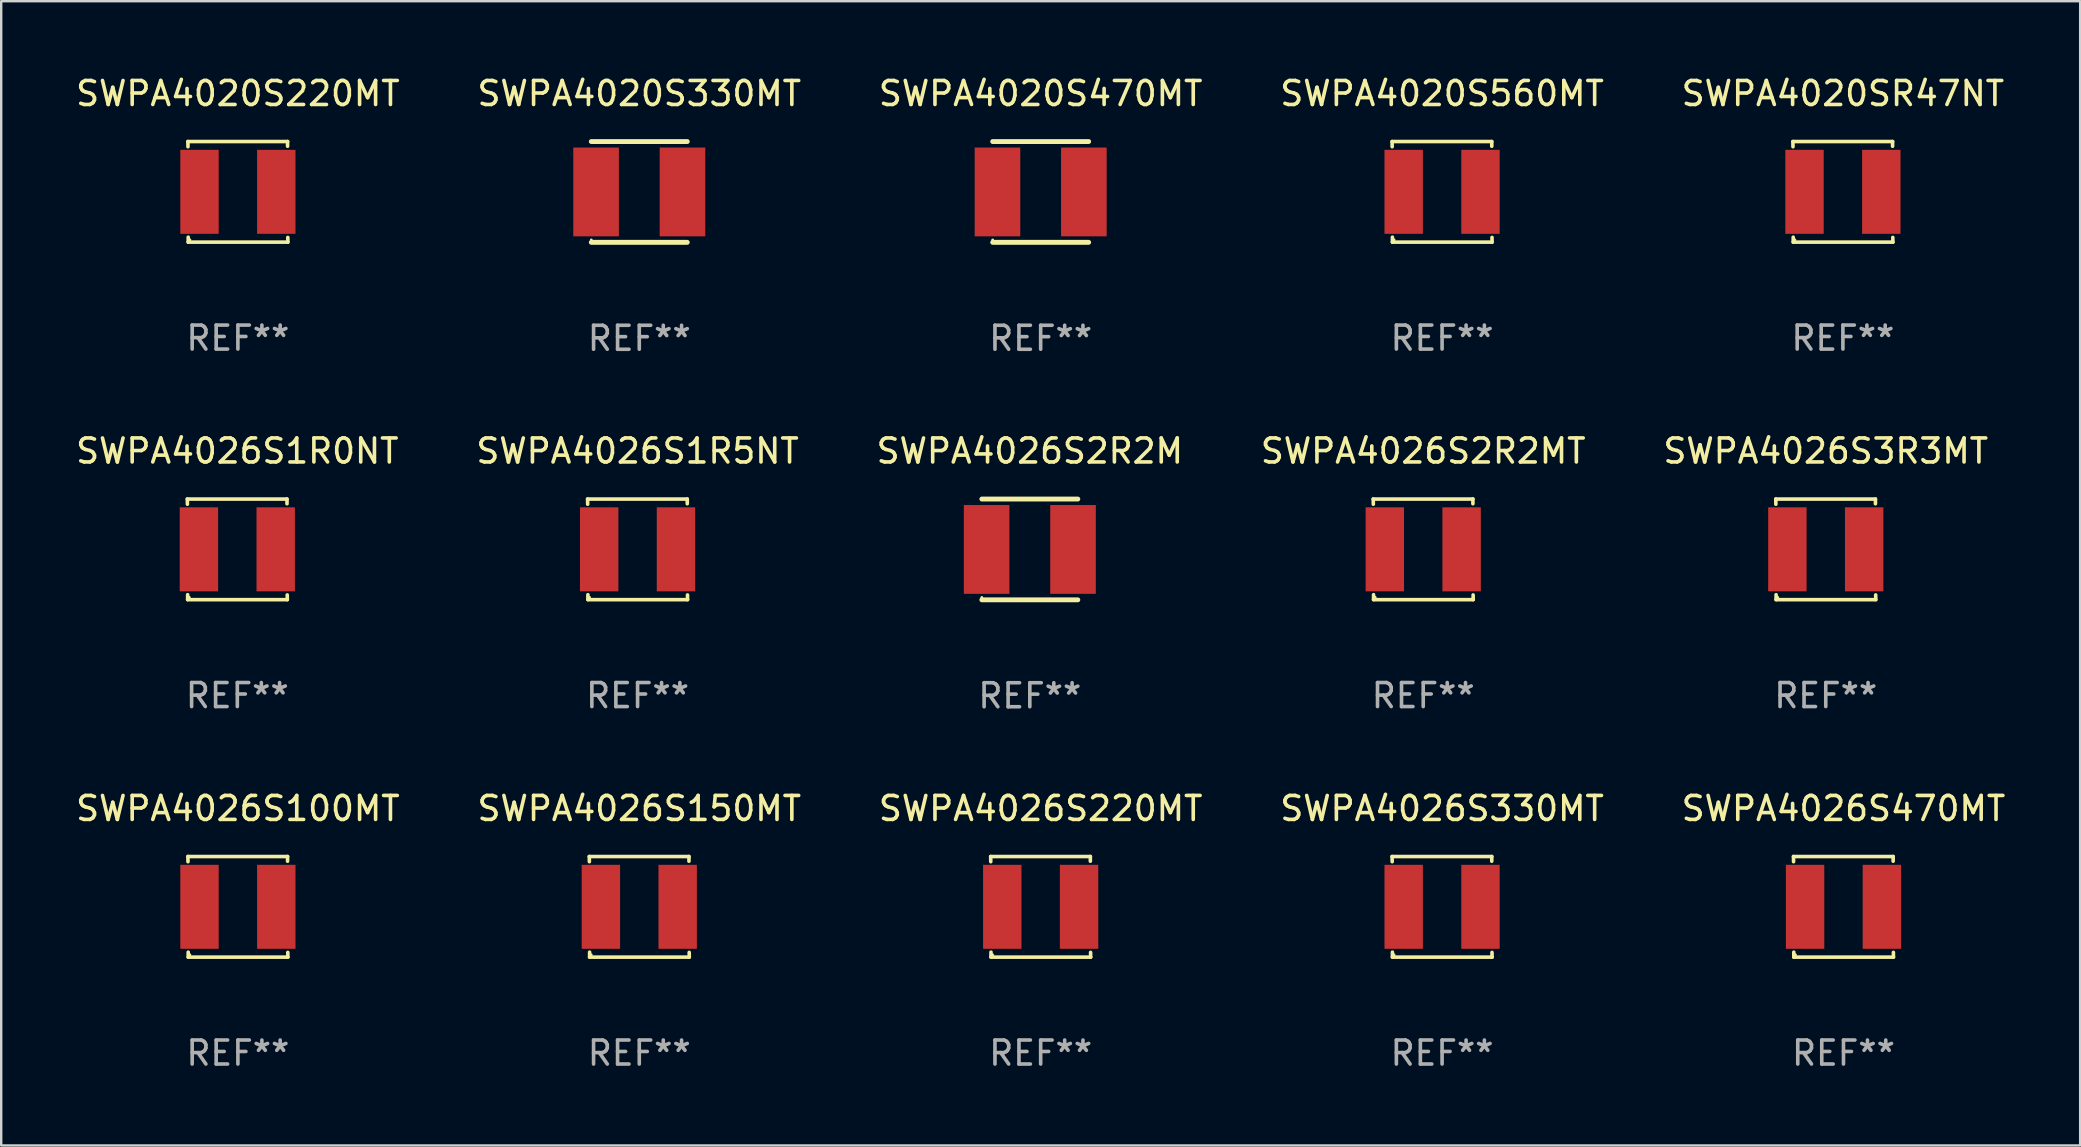
<source format=kicad_pcb>
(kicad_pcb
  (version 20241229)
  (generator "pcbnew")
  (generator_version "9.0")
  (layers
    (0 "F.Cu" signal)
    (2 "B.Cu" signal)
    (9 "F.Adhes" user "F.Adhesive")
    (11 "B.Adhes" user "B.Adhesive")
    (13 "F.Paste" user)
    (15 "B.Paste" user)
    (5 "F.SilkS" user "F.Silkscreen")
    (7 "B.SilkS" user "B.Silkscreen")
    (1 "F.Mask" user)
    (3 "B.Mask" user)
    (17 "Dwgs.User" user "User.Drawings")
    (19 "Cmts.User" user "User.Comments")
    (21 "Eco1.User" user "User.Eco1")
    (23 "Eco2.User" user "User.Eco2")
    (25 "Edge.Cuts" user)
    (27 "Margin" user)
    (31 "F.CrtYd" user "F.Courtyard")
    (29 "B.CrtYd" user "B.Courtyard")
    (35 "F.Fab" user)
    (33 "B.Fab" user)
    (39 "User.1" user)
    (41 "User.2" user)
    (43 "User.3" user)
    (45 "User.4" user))
  (footprint "SWPA4026S150MT"
    (layer "F.Cu")
    (at 23.589 34.737)
    (property "Reference" "SWPA4026S150MT" (at 0 -4.096 0) (layer "F.SilkS") (effects (font (size 1 1) (thickness 0.15))))
    (attr through_hole)
    (fp_line (start -2.083 -2.096) (end -2.08 -1.88) (stroke (width 0.15) (type solid)) (layer "F.SilkS"))
    (fp_line (start -2.07 1.89) (end -2.07 2.096) (stroke (width 0.15) (type solid)) (layer "F.SilkS"))
    (fp_line (start -2.07 2.096) (end 2.083 2.096) (stroke (width 0.15) (type solid)) (layer "F.SilkS"))
    (fp_line (start 2.07 -1.9) (end 2.07 -2.096) (stroke (width 0.15) (type solid)) (layer "F.SilkS"))
    (fp_line (start 2.07 -2.096) (end -2.083 -2.096) (stroke (width 0.15) (type solid)) (layer "F.SilkS"))
    (fp_line (start 2.083 2.096) (end 2.08 1.9) (stroke (width 0.15) (type solid)) (layer "F.SilkS"))
    (fp_circle (center -2 2) (end -1.97 2) (stroke (width 0.06) (type solid)) (fill no) (layer "F.SilkS"))
    (fp_text user "REF**" (at 0 6.096 0) (layer "F.Fab") (effects (font (size 1 1) (thickness 0.15))))
    (pad "1" smd rect (at -1.6 -0.000343) (size 1.6 3.5) (layers "F.Cu" "F.Mask" "F.Paste"))
    (pad "2" smd rect (at 1.6 -0.000343) (size 1.6 3.5) (layers "F.Cu" "F.Mask" "F.Paste")))
  (footprint "SWPA4026S330MT"
    (layer "F.Cu")
    (at 57.042 34.737)
    (property "Reference" "SWPA4026S330MT" (at 0 -4.096 0) (layer "F.SilkS") (effects (font (size 1 1) (thickness 0.15))))
    (attr through_hole)
    (fp_line (start -2.083 -2.096) (end -2.08 -1.88) (stroke (width 0.15) (type solid)) (layer "F.SilkS"))
    (fp_line (start -2.07 1.89) (end -2.07 2.096) (stroke (width 0.15) (type solid)) (layer "F.SilkS"))
    (fp_line (start -2.07 2.096) (end 2.083 2.096) (stroke (width 0.15) (type solid)) (layer "F.SilkS"))
    (fp_line (start 2.07 -1.9) (end 2.07 -2.096) (stroke (width 0.15) (type solid)) (layer "F.SilkS"))
    (fp_line (start 2.07 -2.096) (end -2.083 -2.096) (stroke (width 0.15) (type solid)) (layer "F.SilkS"))
    (fp_line (start 2.083 2.096) (end 2.08 1.9) (stroke (width 0.15) (type solid)) (layer "F.SilkS"))
    (fp_circle (center -2 2) (end -1.97 2) (stroke (width 0.06) (type solid)) (fill no) (layer "F.SilkS"))
    (fp_text user "REF**" (at 0 6.096 0) (layer "F.Fab") (effects (font (size 1 1) (thickness 0.15))))
    (pad "1" smd rect (at -1.6 -0.000343) (size 1.6 3.5) (layers "F.Cu" "F.Mask" "F.Paste"))
    (pad "2" smd rect (at 1.6 -0.000343) (size 1.6 3.5) (layers "F.Cu" "F.Mask" "F.Paste")))
  (footprint "SWPA4026S3R3MT"
    (layer "F.Cu")
    (at 73.03 19.841)
    (property "Reference" "SWPA4026S3R3MT" (at 0 -4.096 0) (layer "F.SilkS") (effects (font (size 1 1) (thickness 0.15))))
    (attr through_hole)
    (fp_line (start -2.083 -2.096) (end -2.08 -1.88) (stroke (width 0.15) (type solid)) (layer "F.SilkS"))
    (fp_line (start -2.07 1.89) (end -2.07 2.096) (stroke (width 0.15) (type solid)) (layer "F.SilkS"))
    (fp_line (start -2.07 2.096) (end 2.083 2.096) (stroke (width 0.15) (type solid)) (layer "F.SilkS"))
    (fp_line (start 2.07 -1.9) (end 2.07 -2.096) (stroke (width 0.15) (type solid)) (layer "F.SilkS"))
    (fp_line (start 2.07 -2.096) (end -2.083 -2.096) (stroke (width 0.15) (type solid)) (layer "F.SilkS"))
    (fp_line (start 2.083 2.096) (end 2.08 1.9) (stroke (width 0.15) (type solid)) (layer "F.SilkS"))
    (fp_circle (center -2 2) (end -1.97 2) (stroke (width 0.06) (type solid)) (fill no) (layer "F.SilkS"))
    (fp_text user "REF**" (at 0 6.096 0) (layer "F.Fab") (effects (font (size 1 1) (thickness 0.15))))
    (pad "1" smd rect (at -1.6 -0.000343) (size 1.6 3.5) (layers "F.Cu" "F.Mask" "F.Paste"))
    (pad "2" smd rect (at 1.6 -0.000343) (size 1.6 3.5) (layers "F.Cu" "F.Mask" "F.Paste")))
  (footprint "SWPA4020S560MT"
    (layer "F.Cu")
    (at 57.042 4.944)
    (property "Reference" "SWPA4020S560MT" (at 0 -4.096 0) (layer "F.SilkS") (effects (font (size 1 1) (thickness 0.15))))
    (attr through_hole)
    (fp_line (start -2.083 -2.096) (end -2.08 -1.88) (stroke (width 0.15) (type solid)) (layer "F.SilkS"))
    (fp_line (start -2.07 1.89) (end -2.07 2.096) (stroke (width 0.15) (type solid)) (layer "F.SilkS"))
    (fp_line (start -2.07 2.096) (end 2.083 2.096) (stroke (width 0.15) (type solid)) (layer "F.SilkS"))
    (fp_line (start 2.07 -1.9) (end 2.07 -2.096) (stroke (width 0.15) (type solid)) (layer "F.SilkS"))
    (fp_line (start 2.07 -2.096) (end -2.083 -2.096) (stroke (width 0.15) (type solid)) (layer "F.SilkS"))
    (fp_line (start 2.083 2.096) (end 2.08 1.9) (stroke (width 0.15) (type solid)) (layer "F.SilkS"))
    (fp_circle (center -2 2) (end -1.97 2) (stroke (width 0.06) (type solid)) (fill no) (layer "F.SilkS"))
    (fp_text user "REF**" (at 0 6.096 0) (layer "F.Fab") (effects (font (size 1 1) (thickness 0.15))))
    (pad "1" smd rect (at -1.6 -0.000343) (size 1.6 3.5) (layers "F.Cu" "F.Mask" "F.Paste"))
    (pad "2" smd rect (at 1.6 -0.000343) (size 1.6 3.5) (layers "F.Cu" "F.Mask" "F.Paste")))
  (footprint "SWPA4026S1R5NT"
    (layer "F.Cu")
    (at 23.518 19.841)
    (property "Reference" "SWPA4026S1R5NT" (at 0 -4.096 0) (layer "F.SilkS") (effects (font (size 1 1) (thickness 0.15))))
    (attr through_hole)
    (fp_line (start -2.083 -2.096) (end -2.08 -1.88) (stroke (width 0.15) (type solid)) (layer "F.SilkS"))
    (fp_line (start -2.07 1.89) (end -2.07 2.096) (stroke (width 0.15) (type solid)) (layer "F.SilkS"))
    (fp_line (start -2.07 2.096) (end 2.083 2.096) (stroke (width 0.15) (type solid)) (layer "F.SilkS"))
    (fp_line (start 2.07 -1.9) (end 2.07 -2.096) (stroke (width 0.15) (type solid)) (layer "F.SilkS"))
    (fp_line (start 2.07 -2.096) (end -2.083 -2.096) (stroke (width 0.15) (type solid)) (layer "F.SilkS"))
    (fp_line (start 2.083 2.096) (end 2.08 1.9) (stroke (width 0.15) (type solid)) (layer "F.SilkS"))
    (fp_circle (center -2 2) (end -1.97 2) (stroke (width 0.06) (type solid)) (fill no) (layer "F.SilkS"))
    (fp_text user "REF**" (at 0 6.096 0) (layer "F.Fab") (effects (font (size 1 1) (thickness 0.15))))
    (pad "1" smd rect (at -1.6 -0.000343) (size 1.6 3.5) (layers "F.Cu" "F.Mask" "F.Paste"))
    (pad "2" smd rect (at 1.6 -0.000343) (size 1.6 3.5) (layers "F.Cu" "F.Mask" "F.Paste")))
  (footprint "SWPA4026S220MT"
    (layer "F.Cu")
    (at 40.315 34.737)
    (property "Reference" "SWPA4026S220MT" (at 0 -4.096 0) (layer "F.SilkS") (effects (font (size 1 1) (thickness 0.15))))
    (attr through_hole)
    (fp_line (start -2.083 -2.096) (end -2.08 -1.88) (stroke (width 0.15) (type solid)) (layer "F.SilkS"))
    (fp_line (start -2.07 1.89) (end -2.07 2.096) (stroke (width 0.15) (type solid)) (layer "F.SilkS"))
    (fp_line (start -2.07 2.096) (end 2.083 2.096) (stroke (width 0.15) (type solid)) (layer "F.SilkS"))
    (fp_line (start 2.07 -1.9) (end 2.07 -2.096) (stroke (width 0.15) (type solid)) (layer "F.SilkS"))
    (fp_line (start 2.07 -2.096) (end -2.083 -2.096) (stroke (width 0.15) (type solid)) (layer "F.SilkS"))
    (fp_line (start 2.083 2.096) (end 2.08 1.9) (stroke (width 0.15) (type solid)) (layer "F.SilkS"))
    (fp_circle (center -2 2) (end -1.97 2) (stroke (width 0.06) (type solid)) (fill no) (layer "F.SilkS"))
    (fp_text user "REF**" (at 0 6.096 0) (layer "F.Fab") (effects (font (size 1 1) (thickness 0.15))))
    (pad "1" smd rect (at -1.6 -0.000343) (size 1.6 3.5) (layers "F.Cu" "F.Mask" "F.Paste"))
    (pad "2" smd rect (at 1.6 -0.000343) (size 1.6 3.5) (layers "F.Cu" "F.Mask" "F.Paste")))
  (footprint "SWPA4020S220MT"
    (layer "F.Cu")
    (at 6.863 4.944)
    (property "Reference" "SWPA4020S220MT" (at 0 -4.096 0) (layer "F.SilkS") (effects (font (size 1 1) (thickness 0.15))))
    (attr through_hole)
    (fp_line (start -2.083 -2.096) (end -2.08 -1.88) (stroke (width 0.15) (type solid)) (layer "F.SilkS"))
    (fp_line (start -2.07 1.89) (end -2.07 2.096) (stroke (width 0.15) (type solid)) (layer "F.SilkS"))
    (fp_line (start -2.07 2.096) (end 2.083 2.096) (stroke (width 0.15) (type solid)) (layer "F.SilkS"))
    (fp_line (start 2.07 -1.9) (end 2.07 -2.096) (stroke (width 0.15) (type solid)) (layer "F.SilkS"))
    (fp_line (start 2.07 -2.096) (end -2.083 -2.096) (stroke (width 0.15) (type solid)) (layer "F.SilkS"))
    (fp_line (start 2.083 2.096) (end 2.08 1.9) (stroke (width 0.15) (type solid)) (layer "F.SilkS"))
    (fp_circle (center -2 2) (end -1.97 2) (stroke (width 0.06) (type solid)) (fill no) (layer "F.SilkS"))
    (fp_text user "REF**" (at 0 6.096 0) (layer "F.Fab") (effects (font (size 1 1) (thickness 0.15))))
    (pad "1" smd rect (at -1.6 -0.000343) (size 1.6 3.5) (layers "F.Cu" "F.Mask" "F.Paste"))
    (pad "2" smd rect (at 1.6 -0.000343) (size 1.6 3.5) (layers "F.Cu" "F.Mask" "F.Paste")))
  (footprint "SWPA4026S1R0NT"
    (layer "F.Cu")
    (at 6.839 19.841)
    (property "Reference" "SWPA4026S1R0NT" (at 0 -4.096 0) (layer "F.SilkS") (effects (font (size 1 1) (thickness 0.15))))
    (attr through_hole)
    (fp_line (start -2.083 -2.096) (end -2.08 -1.88) (stroke (width 0.15) (type solid)) (layer "F.SilkS"))
    (fp_line (start -2.07 1.89) (end -2.07 2.096) (stroke (width 0.15) (type solid)) (layer "F.SilkS"))
    (fp_line (start -2.07 2.096) (end 2.083 2.096) (stroke (width 0.15) (type solid)) (layer "F.SilkS"))
    (fp_line (start 2.07 -1.9) (end 2.07 -2.096) (stroke (width 0.15) (type solid)) (layer "F.SilkS"))
    (fp_line (start 2.07 -2.096) (end -2.083 -2.096) (stroke (width 0.15) (type solid)) (layer "F.SilkS"))
    (fp_line (start 2.083 2.096) (end 2.08 1.9) (stroke (width 0.15) (type solid)) (layer "F.SilkS"))
    (fp_circle (center -2 2) (end -1.97 2) (stroke (width 0.06) (type solid)) (fill no) (layer "F.SilkS"))
    (fp_text user "REF**" (at 0 6.096 0) (layer "F.Fab") (effects (font (size 1 1) (thickness 0.15))))
    (pad "1" smd rect (at -1.6 -0.000343) (size 1.6 3.5) (layers "F.Cu" "F.Mask" "F.Paste"))
    (pad "2" smd rect (at 1.6 -0.000343) (size 1.6 3.5) (layers "F.Cu" "F.Mask" "F.Paste")))
  (footprint "SWPA4026S2R2M"
    (layer "F.Cu")
    (at 39.863 19.845)
    (property "Reference" "SWPA4026S2R2M" (at 0 -4.1 0) (layer "F.SilkS") (effects (font (size 1 1) (thickness 0.15))))
    (attr through_hole)
    (fp_line (start -2 -2.1) (end 2 -2.1) (stroke (width 0.203) (type solid)) (layer "F.SilkS"))
    (fp_line (start -2 2.1) (end 2 2.1) (stroke (width 0.203) (type solid)) (layer "F.SilkS"))
    (fp_circle (center -2 2) (end -1.97 2) (stroke (width 0.06) (type solid)) (fill no) (layer "F.SilkS"))
    (fp_text user "REF**" (at 0 6.1 0) (layer "F.Fab") (effects (font (size 1 1) (thickness 0.15))))
    (pad "1" smd rect (at -1.8 0 90) (size 3.7 1.9) (layers "F.Cu" "F.Mask" "F.Paste"))
    (pad "2" smd rect (at 1.8 0 90) (size 3.7 1.9) (layers "F.Cu" "F.Mask" "F.Paste")))
  (footprint "SWPA4026S100MT"
    (layer "F.Cu")
    (at 6.863 34.737)
    (property "Reference" "SWPA4026S100MT" (at 0 -4.096 0) (layer "F.SilkS") (effects (font (size 1 1) (thickness 0.15))))
    (attr through_hole)
    (fp_line (start -2.083 -2.096) (end -2.08 -1.88) (stroke (width 0.15) (type solid)) (layer "F.SilkS"))
    (fp_line (start -2.07 1.89) (end -2.07 2.096) (stroke (width 0.15) (type solid)) (layer "F.SilkS"))
    (fp_line (start -2.07 2.096) (end 2.083 2.096) (stroke (width 0.15) (type solid)) (layer "F.SilkS"))
    (fp_line (start 2.07 -1.9) (end 2.07 -2.096) (stroke (width 0.15) (type solid)) (layer "F.SilkS"))
    (fp_line (start 2.07 -2.096) (end -2.083 -2.096) (stroke (width 0.15) (type solid)) (layer "F.SilkS"))
    (fp_line (start 2.083 2.096) (end 2.08 1.9) (stroke (width 0.15) (type solid)) (layer "F.SilkS"))
    (fp_circle (center -2 2) (end -1.97 2) (stroke (width 0.06) (type solid)) (fill no) (layer "F.SilkS"))
    (fp_text user "REF**" (at 0 6.096 0) (layer "F.Fab") (effects (font (size 1 1) (thickness 0.15))))
    (pad "1" smd rect (at -1.6 -0.000343) (size 1.6 3.5) (layers "F.Cu" "F.Mask" "F.Paste"))
    (pad "2" smd rect (at 1.6 -0.000343) (size 1.6 3.5) (layers "F.Cu" "F.Mask" "F.Paste")))
  (footprint "SWPA4026S2R2MT"
    (layer "F.Cu")
    (at 56.256 19.841)
    (property "Reference" "SWPA4026S2R2MT" (at 0 -4.096 0) (layer "F.SilkS") (effects (font (size 1 1) (thickness 0.15))))
    (attr through_hole)
    (fp_line (start -2.083 -2.096) (end -2.08 -1.88) (stroke (width 0.15) (type solid)) (layer "F.SilkS"))
    (fp_line (start -2.07 1.89) (end -2.07 2.096) (stroke (width 0.15) (type solid)) (layer "F.SilkS"))
    (fp_line (start -2.07 2.096) (end 2.083 2.096) (stroke (width 0.15) (type solid)) (layer "F.SilkS"))
    (fp_line (start 2.07 -1.9) (end 2.07 -2.096) (stroke (width 0.15) (type solid)) (layer "F.SilkS"))
    (fp_line (start 2.07 -2.096) (end -2.083 -2.096) (stroke (width 0.15) (type solid)) (layer "F.SilkS"))
    (fp_line (start 2.083 2.096) (end 2.08 1.9) (stroke (width 0.15) (type solid)) (layer "F.SilkS"))
    (fp_circle (center -2 2) (end -1.97 2) (stroke (width 0.06) (type solid)) (fill no) (layer "F.SilkS"))
    (fp_text user "REF**" (at 0 6.096 0) (layer "F.Fab") (effects (font (size 1 1) (thickness 0.15))))
    (pad "1" smd rect (at -1.6 -0.000343) (size 1.6 3.5) (layers "F.Cu" "F.Mask" "F.Paste"))
    (pad "2" smd rect (at 1.6 -0.000343) (size 1.6 3.5) (layers "F.Cu" "F.Mask" "F.Paste")))
  (footprint "SWPA4020S470MT"
    (layer "F.Cu")
    (at 40.315 4.948)
    (property "Reference" "SWPA4020S470MT" (at 0 -4.1 0) (layer "F.SilkS") (effects (font (size 1 1) (thickness 0.15))))
    (attr through_hole)
    (fp_line (start -2 -2.1) (end 2 -2.1) (stroke (width 0.203) (type solid)) (layer "F.SilkS"))
    (fp_line (start -2 2.1) (end 2 2.1) (stroke (width 0.203) (type solid)) (layer "F.SilkS"))
    (fp_circle (center -2 2) (end -1.97 2) (stroke (width 0.06) (type solid)) (fill no) (layer "F.SilkS"))
    (fp_text user "REF**" (at 0 6.1 0) (layer "F.Fab") (effects (font (size 1 1) (thickness 0.15))))
    (pad "1" smd rect (at -1.8 0 90) (size 3.7 1.9) (layers "F.Cu" "F.Mask" "F.Paste"))
    (pad "2" smd rect (at 1.8 0 90) (size 3.7 1.9) (layers "F.Cu" "F.Mask" "F.Paste")))
  (footprint "SWPA4026S470MT"
    (layer "F.Cu")
    (at 73.768 34.737)
    (property "Reference" "SWPA4026S470MT" (at 0 -4.096 0) (layer "F.SilkS") (effects (font (size 1 1) (thickness 0.15))))
    (attr through_hole)
    (fp_line (start -2.083 -2.096) (end -2.08 -1.88) (stroke (width 0.15) (type solid)) (layer "F.SilkS"))
    (fp_line (start -2.07 1.89) (end -2.07 2.096) (stroke (width 0.15) (type solid)) (layer "F.SilkS"))
    (fp_line (start -2.07 2.096) (end 2.083 2.096) (stroke (width 0.15) (type solid)) (layer "F.SilkS"))
    (fp_line (start 2.07 -1.9) (end 2.07 -2.096) (stroke (width 0.15) (type solid)) (layer "F.SilkS"))
    (fp_line (start 2.07 -2.096) (end -2.083 -2.096) (stroke (width 0.15) (type solid)) (layer "F.SilkS"))
    (fp_line (start 2.083 2.096) (end 2.08 1.9) (stroke (width 0.15) (type solid)) (layer "F.SilkS"))
    (fp_circle (center -2 2) (end -1.97 2) (stroke (width 0.06) (type solid)) (fill no) (layer "F.SilkS"))
    (fp_text user "REF**" (at 0 6.096 0) (layer "F.Fab") (effects (font (size 1 1) (thickness 0.15))))
    (pad "1" smd rect (at -1.6 -0.000343) (size 1.6 3.5) (layers "F.Cu" "F.Mask" "F.Paste"))
    (pad "2" smd rect (at 1.6 -0.000343) (size 1.6 3.5) (layers "F.Cu" "F.Mask" "F.Paste")))
  (footprint "SWPA4020S330MT"
    (layer "F.Cu")
    (at 23.589 4.948)
    (property "Reference" "SWPA4020S330MT" (at 0 -4.1 0) (layer "F.SilkS") (effects (font (size 1 1) (thickness 0.15))))
    (attr through_hole)
    (fp_line (start -2 -2.1) (end 2 -2.1) (stroke (width 0.203) (type solid)) (layer "F.SilkS"))
    (fp_line (start -2 2.1) (end 2 2.1) (stroke (width 0.203) (type solid)) (layer "F.SilkS"))
    (fp_circle (center -2 2) (end -1.97 2) (stroke (width 0.06) (type solid)) (fill no) (layer "F.SilkS"))
    (fp_text user "REF**" (at 0 6.1 0) (layer "F.Fab") (effects (font (size 1 1) (thickness 0.15))))
    (pad "1" smd rect (at -1.8 0 90) (size 3.7 1.9) (layers "F.Cu" "F.Mask" "F.Paste"))
    (pad "2" smd rect (at 1.8 0 90) (size 3.7 1.9) (layers "F.Cu" "F.Mask" "F.Paste")))
  (footprint "SWPA4020SR47NT"
    (layer "F.Cu")
    (at 73.744 4.944)
    (property "Reference" "SWPA4020SR47NT" (at 0 -4.096 0) (layer "F.SilkS") (effects (font (size 1 1) (thickness 0.15))))
    (attr through_hole)
    (fp_line (start -2.083 -2.096) (end -2.08 -1.88) (stroke (width 0.15) (type solid)) (layer "F.SilkS"))
    (fp_line (start -2.07 1.89) (end -2.07 2.096) (stroke (width 0.15) (type solid)) (layer "F.SilkS"))
    (fp_line (start -2.07 2.096) (end 2.083 2.096) (stroke (width 0.15) (type solid)) (layer "F.SilkS"))
    (fp_line (start 2.07 -1.9) (end 2.07 -2.096) (stroke (width 0.15) (type solid)) (layer "F.SilkS"))
    (fp_line (start 2.07 -2.096) (end -2.083 -2.096) (stroke (width 0.15) (type solid)) (layer "F.SilkS"))
    (fp_line (start 2.083 2.096) (end 2.08 1.9) (stroke (width 0.15) (type solid)) (layer "F.SilkS"))
    (fp_circle (center -2 2) (end -1.97 2) (stroke (width 0.06) (type solid)) (fill no) (layer "F.SilkS"))
    (fp_text user "REF**" (at 0 6.096 0) (layer "F.Fab") (effects (font (size 1 1) (thickness 0.15))))
    (pad "1" smd rect (at -1.6 -0.000343) (size 1.6 3.5) (layers "F.Cu" "F.Mask" "F.Paste"))
    (pad "2" smd rect (at 1.6 -0.000343) (size 1.6 3.5) (layers "F.Cu" "F.Mask" "F.Paste")))
  (gr_rect
    (start -3 -3)
    (end 83.631 44.681)
    (stroke (width 0.1) (type default))
    (fill no)
    (layer "Edge.Cuts")))
</source>
